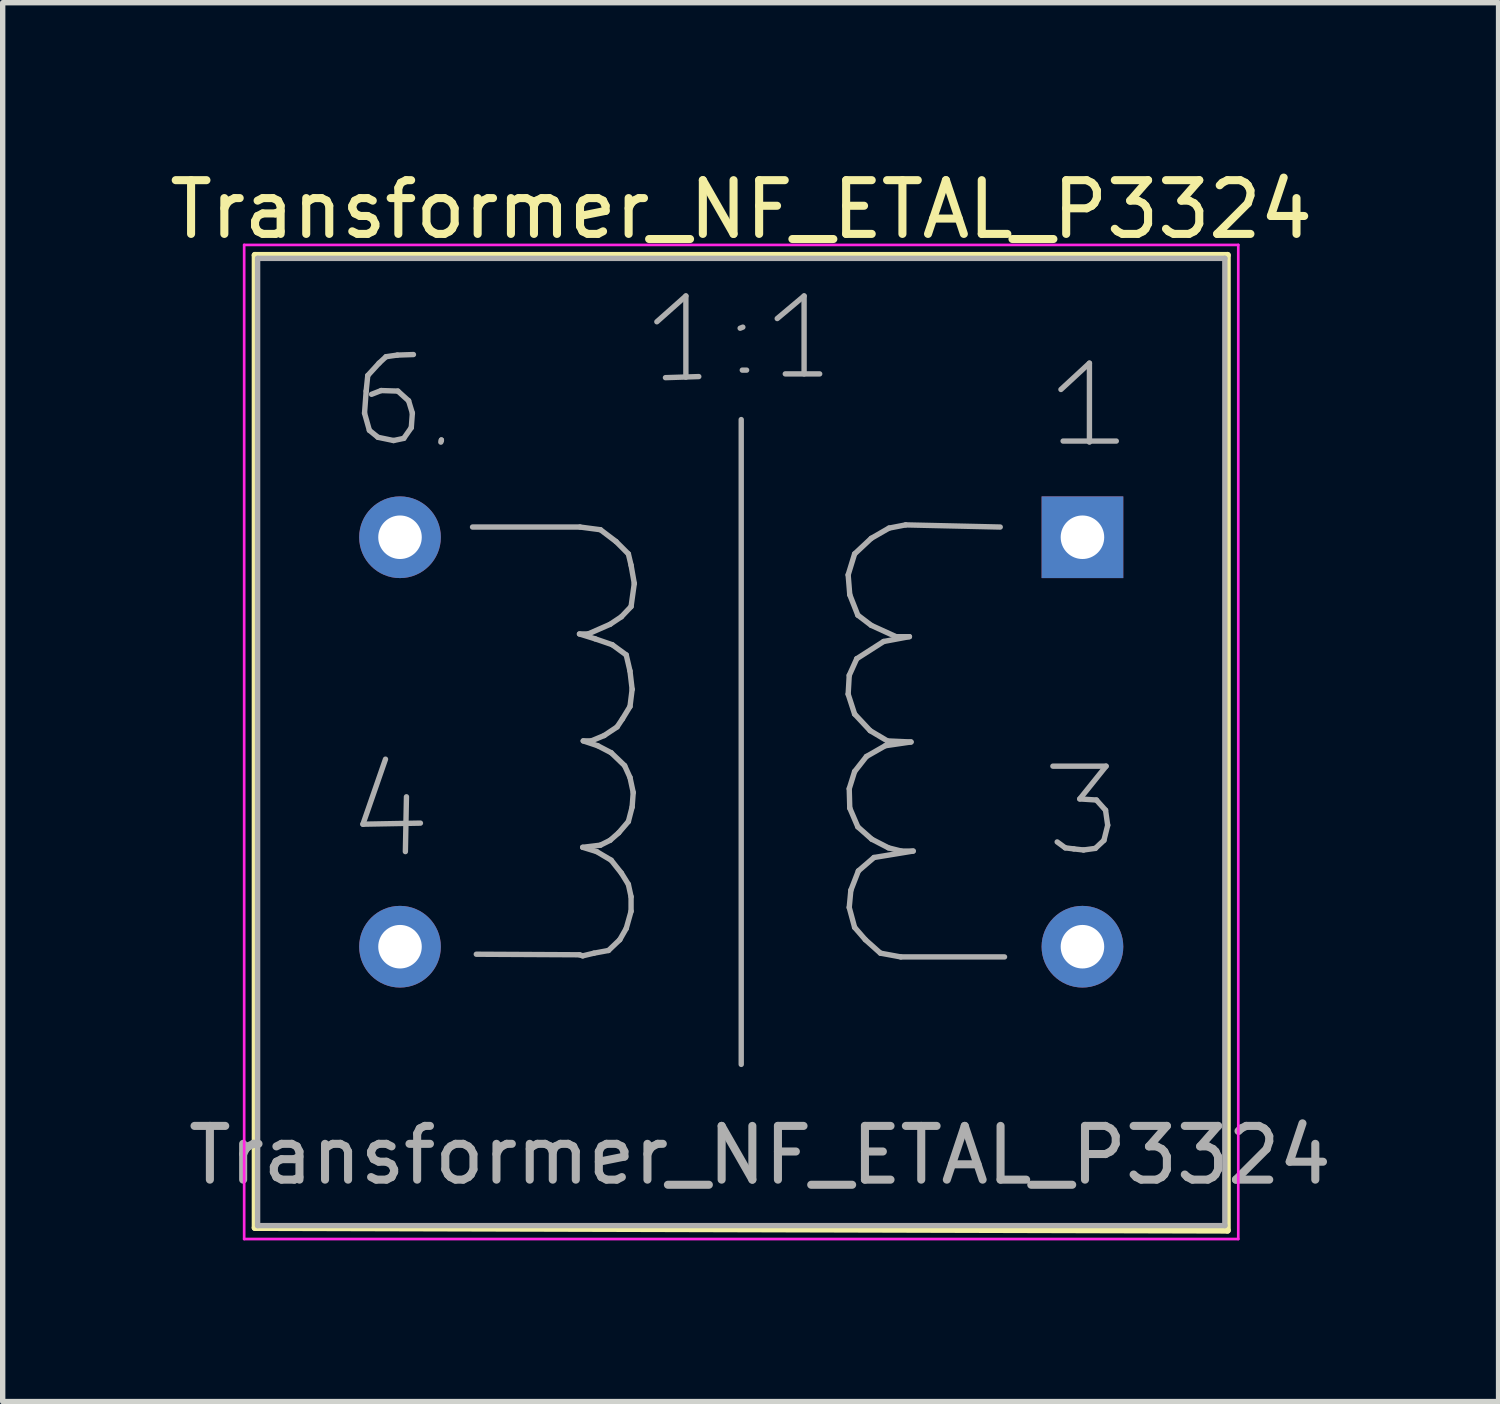
<source format=kicad_pcb>
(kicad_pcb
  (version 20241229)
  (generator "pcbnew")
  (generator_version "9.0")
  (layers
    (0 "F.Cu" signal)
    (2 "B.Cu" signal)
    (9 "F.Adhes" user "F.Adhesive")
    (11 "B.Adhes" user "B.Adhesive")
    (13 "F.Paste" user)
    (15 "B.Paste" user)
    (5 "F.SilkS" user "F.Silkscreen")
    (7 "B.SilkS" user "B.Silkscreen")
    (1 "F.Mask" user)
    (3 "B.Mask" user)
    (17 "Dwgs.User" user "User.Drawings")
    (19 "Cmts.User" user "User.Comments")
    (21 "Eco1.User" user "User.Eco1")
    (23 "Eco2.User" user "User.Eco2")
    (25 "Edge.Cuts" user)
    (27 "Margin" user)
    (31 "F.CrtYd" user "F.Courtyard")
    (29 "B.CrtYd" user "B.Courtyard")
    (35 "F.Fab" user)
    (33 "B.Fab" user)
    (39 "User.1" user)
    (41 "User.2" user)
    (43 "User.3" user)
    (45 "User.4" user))
  (footprint "Transformer_NF_ETAL_P3324"
    (layer "F.Cu")
    (at 17.094 6.948)
    (property "Reference" "Transformer_NF_ETAL_P3324" (at -6.35 -6.1 0) (layer "F.SilkS") (effects (font (size 1 1) (thickness 0.15))))
    (attr through_hole)
    (fp_line (start -15.4 -5.25) (end 2.7 -5.25) (stroke (width 0.12) (type solid)) (layer "F.SilkS"))
    (fp_line (start -15.4 12.85) (end -15.4 -5.25) (stroke (width 0.12) (type solid)) (layer "F.SilkS"))
    (fp_line (start 2.7 -5.25) (end 2.7 12.9) (stroke (width 0.12) (type solid)) (layer "F.SilkS"))
    (fp_line (start 2.7 12.9) (end -15.4 12.85) (stroke (width 0.12) (type solid)) (layer "F.SilkS"))
    (fp_line (start -15.6 -5.44) (end -15.6 13.06) (stroke (width 0.05) (type solid)) (layer "F.CrtYd"))
    (fp_line (start -15.6 -5.44) (end 2.9 -5.44) (stroke (width 0.05) (type solid)) (layer "F.CrtYd"))
    (fp_line (start 2.9 13.06) (end -15.6 13.06) (stroke (width 0.05) (type solid)) (layer "F.CrtYd"))
    (fp_line (start 2.9 13.06) (end 2.9 -5.44) (stroke (width 0.05) (type solid)) (layer "F.CrtYd"))
    (fp_line (start -15.35 -5.19) (end -15.35 12.81) (stroke (width 0.1) (type solid)) (layer "F.Fab"))
    (fp_line (start -15.35 12.81) (end 2.65 12.81) (stroke (width 0.1) (type solid)) (layer "F.Fab"))
    (fp_line (start -13.39 5.34) (end -12.32 5.32) (stroke (width 0.1) (type solid)) (layer "F.Fab"))
    (fp_line (start -13.36 -2.31) (end -13.27 -1.99) (stroke (width 0.1) (type solid)) (layer "F.Fab"))
    (fp_line (start -13.33 -2.72) (end -13.36 -2.31) (stroke (width 0.1) (type solid)) (layer "F.Fab"))
    (fp_line (start -13.3 -3.01) (end -13.33 -2.72) (stroke (width 0.1) (type solid)) (layer "F.Fab"))
    (fp_line (start -13.27 -1.99) (end -13.11 -1.86) (stroke (width 0.1) (type solid)) (layer "F.Fab"))
    (fp_line (start -13.11 -1.86) (end -12.82 -1.8) (stroke (width 0.1) (type solid)) (layer "F.Fab"))
    (fp_line (start -13.09 -3.24) (end -13.3 -3.01) (stroke (width 0.1) (type solid)) (layer "F.Fab"))
    (fp_line (start -13.05 -2.73) (end -13.23 -2.66) (stroke (width 0.1) (type solid)) (layer "F.Fab"))
    (fp_line (start -12.97 4.13) (end -13.39 5.34) (stroke (width 0.1) (type solid)) (layer "F.Fab"))
    (fp_line (start -12.96 -3.36) (end -13.09 -3.24) (stroke (width 0.1) (type solid)) (layer "F.Fab"))
    (fp_line (start -12.82 -1.8) (end -12.63 -1.84) (stroke (width 0.1) (type solid)) (layer "F.Fab"))
    (fp_line (start -12.75 -3.39) (end -12.96 -3.36) (stroke (width 0.1) (type solid)) (layer "F.Fab"))
    (fp_line (start -12.74 -2.72) (end -13.05 -2.73) (stroke (width 0.1) (type solid)) (layer "F.Fab"))
    (fp_line (start -12.63 -1.84) (end -12.49 -2.04) (stroke (width 0.1) (type solid)) (layer "F.Fab"))
    (fp_line (start -12.58 4.83) (end -12.6 5.85) (stroke (width 0.1) (type solid)) (layer "F.Fab"))
    (fp_line (start -12.54 -2.54) (end -12.74 -2.72) (stroke (width 0.1) (type solid)) (layer "F.Fab"))
    (fp_line (start -12.49 -2.04) (end -12.47 -2.31) (stroke (width 0.1) (type solid)) (layer "F.Fab"))
    (fp_line (start -12.47 -2.31) (end -12.54 -2.54) (stroke (width 0.1) (type solid)) (layer "F.Fab"))
    (fp_line (start -12.45 -3.4) (end -12.75 -3.39) (stroke (width 0.1) (type solid)) (layer "F.Fab"))
    (fp_line (start -11.94 -1.77) (end -11.93 -1.81) (stroke (width 0.1) (type solid)) (layer "F.Fab"))
    (fp_line (start -11.93 -1.81) (end -11.93 -1.8) (stroke (width 0.1) (type solid)) (layer "F.Fab"))
    (fp_line (start -11.35 -0.19) (end -9.35 -0.19) (stroke (width 0.1) (type solid)) (layer "F.Fab"))
    (fp_line (start -9.36 1.8) (end -9.07 1.89) (stroke (width 0.1) (type solid)) (layer "F.Fab"))
    (fp_line (start -9.36 7.77) (end -11.28 7.76) (stroke (width 0.1) (type solid)) (layer "F.Fab"))
    (fp_line (start -9.35 -0.19) (end -8.97 -0.14) (stroke (width 0.1) (type solid)) (layer "F.Fab"))
    (fp_line (start -9.3 5.77) (end -9.04 5.85) (stroke (width 0.1) (type solid)) (layer "F.Fab"))
    (fp_line (start -9.3 7.79) (end -9.36 7.77) (stroke (width 0.1) (type solid)) (layer "F.Fab"))
    (fp_line (start -9.29 3.79) (end -9.02 3.88) (stroke (width 0.1) (type solid)) (layer "F.Fab"))
    (fp_line (start -9.2 1.8) (end -9.36 1.8) (stroke (width 0.1) (type solid)) (layer "F.Fab"))
    (fp_line (start -9.14 3.79) (end -9.29 3.79) (stroke (width 0.1) (type solid)) (layer "F.Fab"))
    (fp_line (start -9.09 7.74) (end -9.3 7.79) (stroke (width 0.1) (type solid)) (layer "F.Fab"))
    (fp_line (start -9.07 1.89) (end -8.75 2) (stroke (width 0.1) (type solid)) (layer "F.Fab"))
    (fp_line (start -9.04 5.85) (end -8.77 6.01) (stroke (width 0.1) (type solid)) (layer "F.Fab"))
    (fp_line (start -9.02 3.88) (end -8.77 4.01) (stroke (width 0.1) (type solid)) (layer "F.Fab"))
    (fp_line (start -8.97 -0.14) (end -8.68 0.08) (stroke (width 0.1) (type solid)) (layer "F.Fab"))
    (fp_line (start -8.97 5.73) (end -9.3 5.77) (stroke (width 0.1) (type solid)) (layer "F.Fab"))
    (fp_line (start -8.9 3.69) (end -9.14 3.79) (stroke (width 0.1) (type solid)) (layer "F.Fab"))
    (fp_line (start -8.82 7.69) (end -9.09 7.74) (stroke (width 0.1) (type solid)) (layer "F.Fab"))
    (fp_line (start -8.79 1.62) (end -9.2 1.8) (stroke (width 0.1) (type solid)) (layer "F.Fab"))
    (fp_line (start -8.79 5.64) (end -8.97 5.73) (stroke (width 0.1) (type solid)) (layer "F.Fab"))
    (fp_line (start -8.77 4.01) (end -8.52 4.25) (stroke (width 0.1) (type solid)) (layer "F.Fab"))
    (fp_line (start -8.77 6.01) (end -8.58 6.25) (stroke (width 0.1) (type solid)) (layer "F.Fab"))
    (fp_line (start -8.75 2) (end -8.49 2.19) (stroke (width 0.1) (type solid)) (layer "F.Fab"))
    (fp_line (start -8.68 0.08) (end -8.45 0.31) (stroke (width 0.1) (type solid)) (layer "F.Fab"))
    (fp_line (start -8.66 3.53) (end -8.9 3.69) (stroke (width 0.1) (type solid)) (layer "F.Fab"))
    (fp_line (start -8.63 5.5) (end -8.79 5.64) (stroke (width 0.1) (type solid)) (layer "F.Fab"))
    (fp_line (start -8.61 7.49) (end -8.82 7.69) (stroke (width 0.1) (type solid)) (layer "F.Fab"))
    (fp_line (start -8.58 1.48) (end -8.79 1.62) (stroke (width 0.1) (type solid)) (layer "F.Fab"))
    (fp_line (start -8.58 6.25) (end -8.45 6.46) (stroke (width 0.1) (type solid)) (layer "F.Fab"))
    (fp_line (start -8.56 3.38) (end -8.66 3.53) (stroke (width 0.1) (type solid)) (layer "F.Fab"))
    (fp_line (start -8.52 4.25) (end -8.42 4.47) (stroke (width 0.1) (type solid)) (layer "F.Fab"))
    (fp_line (start -8.49 2.19) (end -8.42 2.49) (stroke (width 0.1) (type solid)) (layer "F.Fab"))
    (fp_line (start -8.49 7.28) (end -8.61 7.49) (stroke (width 0.1) (type solid)) (layer "F.Fab"))
    (fp_line (start -8.45 0.31) (end -8.4 0.52) (stroke (width 0.1) (type solid)) (layer "F.Fab"))
    (fp_line (start -8.45 5.29) (end -8.63 5.5) (stroke (width 0.1) (type solid)) (layer "F.Fab"))
    (fp_line (start -8.45 6.46) (end -8.4 6.69) (stroke (width 0.1) (type solid)) (layer "F.Fab"))
    (fp_line (start -8.42 2.49) (end -8.38 2.83) (stroke (width 0.1) (type solid)) (layer "F.Fab"))
    (fp_line (start -8.42 3.15) (end -8.56 3.38) (stroke (width 0.1) (type solid)) (layer "F.Fab"))
    (fp_line (start -8.42 4.47) (end -8.36 4.75) (stroke (width 0.1) (type solid)) (layer "F.Fab"))
    (fp_line (start -8.4 0.52) (end -8.34 0.86) (stroke (width 0.1) (type solid)) (layer "F.Fab"))
    (fp_line (start -8.4 1.29) (end -8.58 1.48) (stroke (width 0.1) (type solid)) (layer "F.Fab"))
    (fp_line (start -8.4 6.69) (end -8.4 6.96) (stroke (width 0.1) (type solid)) (layer "F.Fab"))
    (fp_line (start -8.4 6.96) (end -8.49 7.28) (stroke (width 0.1) (type solid)) (layer "F.Fab"))
    (fp_line (start -8.38 2.83) (end -8.42 3.15) (stroke (width 0.1) (type solid)) (layer "F.Fab"))
    (fp_line (start -8.38 5.02) (end -8.45 5.29) (stroke (width 0.1) (type solid)) (layer "F.Fab"))
    (fp_line (start -8.36 4.75) (end -8.38 5.02) (stroke (width 0.1) (type solid)) (layer "F.Fab"))
    (fp_line (start -8.34 0.86) (end -8.4 1.29) (stroke (width 0.1) (type solid)) (layer "F.Fab"))
    (fp_line (start -7.92 -4.01) (end -7.38 -4.49) (stroke (width 0.1) (type solid)) (layer "F.Fab"))
    (fp_line (start -7.76 -2.97) (end -7.14 -2.99) (stroke (width 0.1) (type solid)) (layer "F.Fab"))
    (fp_line (start -7.38 -4.49) (end -7.38 -2.98) (stroke (width 0.1) (type solid)) (layer "F.Fab"))
    (fp_line (start -6.35 -2.19) (end -6.35 9.81) (stroke (width 0.1) (type solid)) (layer "F.Fab"))
    (fp_line (start -6.32 -3.91) (end -6.37 -3.89) (stroke (width 0.1) (type solid)) (layer "F.Fab"))
    (fp_line (start -6.25 -3.11) (end -6.33 -3.11) (stroke (width 0.1) (type solid)) (layer "F.Fab"))
    (fp_line (start -5.68 -4.07) (end -5.18 -4.49) (stroke (width 0.1) (type solid)) (layer "F.Fab"))
    (fp_line (start -5.53 -3.04) (end -4.89 -3.04) (stroke (width 0.1) (type solid)) (layer "F.Fab"))
    (fp_line (start -5.18 -4.49) (end -5.18 -3.04) (stroke (width 0.1) (type solid)) (layer "F.Fab"))
    (fp_line (start -4.36 0.7) (end -4.33 1.07) (stroke (width 0.1) (type solid)) (layer "F.Fab"))
    (fp_line (start -4.36 2.92) (end -4.24 3.29) (stroke (width 0.1) (type solid)) (layer "F.Fab"))
    (fp_line (start -4.34 2.57) (end -4.36 2.92) (stroke (width 0.1) (type solid)) (layer "F.Fab"))
    (fp_line (start -4.34 4.68) (end -4.33 5.04) (stroke (width 0.1) (type solid)) (layer "F.Fab"))
    (fp_line (start -4.34 6.89) (end -4.24 7.26) (stroke (width 0.1) (type solid)) (layer "F.Fab"))
    (fp_line (start -4.33 1.07) (end -4.18 1.45) (stroke (width 0.1) (type solid)) (layer "F.Fab"))
    (fp_line (start -4.33 5.04) (end -4.18 5.39) (stroke (width 0.1) (type solid)) (layer "F.Fab"))
    (fp_line (start -4.31 6.57) (end -4.34 6.89) (stroke (width 0.1) (type solid)) (layer "F.Fab"))
    (fp_line (start -4.24 0.31) (end -4.36 0.7) (stroke (width 0.1) (type solid)) (layer "F.Fab"))
    (fp_line (start -4.24 3.29) (end -3.95 3.6) (stroke (width 0.1) (type solid)) (layer "F.Fab"))
    (fp_line (start -4.24 4.36) (end -4.34 4.68) (stroke (width 0.1) (type solid)) (layer "F.Fab"))
    (fp_line (start -4.24 7.26) (end -4.04 7.49) (stroke (width 0.1) (type solid)) (layer "F.Fab"))
    (fp_line (start -4.2 2.26) (end -4.34 2.57) (stroke (width 0.1) (type solid)) (layer "F.Fab"))
    (fp_line (start -4.18 1.45) (end -3.93 1.64) (stroke (width 0.1) (type solid)) (layer "F.Fab"))
    (fp_line (start -4.18 5.39) (end -3.92 5.62) (stroke (width 0.1) (type solid)) (layer "F.Fab"))
    (fp_line (start -4.17 6.21) (end -4.31 6.57) (stroke (width 0.1) (type solid)) (layer "F.Fab"))
    (fp_line (start -4.04 7.49) (end -3.76 7.74) (stroke (width 0.1) (type solid)) (layer "F.Fab"))
    (fp_line (start -4.02 4.08) (end -4.24 4.36) (stroke (width 0.1) (type solid)) (layer "F.Fab"))
    (fp_line (start -3.95 3.6) (end -3.63 3.79) (stroke (width 0.1) (type solid)) (layer "F.Fab"))
    (fp_line (start -3.93 0.02) (end -4.24 0.31) (stroke (width 0.1) (type solid)) (layer "F.Fab"))
    (fp_line (start -3.93 1.64) (end -3.47 1.85) (stroke (width 0.1) (type solid)) (layer "F.Fab"))
    (fp_line (start -3.92 5.62) (end -3.61 5.78) (stroke (width 0.1) (type solid)) (layer "F.Fab"))
    (fp_line (start -3.88 5.96) (end -4.17 6.21) (stroke (width 0.1) (type solid)) (layer "F.Fab"))
    (fp_line (start -3.76 7.74) (end -3.38 7.81) (stroke (width 0.1) (type solid)) (layer "F.Fab"))
    (fp_line (start -3.7 1.94) (end -4.2 2.26) (stroke (width 0.1) (type solid)) (layer "F.Fab"))
    (fp_line (start -3.67 3.88) (end -4.02 4.08) (stroke (width 0.1) (type solid)) (layer "F.Fab"))
    (fp_line (start -3.63 3.79) (end -3.19 3.81) (stroke (width 0.1) (type solid)) (layer "F.Fab"))
    (fp_line (start -3.61 5.78) (end -3.37 5.84) (stroke (width 0.1) (type solid)) (layer "F.Fab"))
    (fp_line (start -3.6 -0.17) (end -3.93 0.02) (stroke (width 0.1) (type solid)) (layer "F.Fab"))
    (fp_line (start -3.47 1.85) (end -3.22 1.85) (stroke (width 0.1) (type solid)) (layer "F.Fab"))
    (fp_line (start -3.38 7.81) (end -1.45 7.81) (stroke (width 0.1) (type solid)) (layer "F.Fab"))
    (fp_line (start -3.37 5.84) (end -3.15 5.84) (stroke (width 0.1) (type solid)) (layer "F.Fab"))
    (fp_line (start -3.29 -0.23) (end -3.6 -0.17) (stroke (width 0.1) (type solid)) (layer "F.Fab"))
    (fp_line (start -3.22 1.85) (end -3.7 1.94) (stroke (width 0.1) (type solid)) (layer "F.Fab"))
    (fp_line (start -3.19 3.81) (end -3.67 3.88) (stroke (width 0.1) (type solid)) (layer "F.Fab"))
    (fp_line (start -3.15 5.84) (end -3.88 5.96) (stroke (width 0.1) (type solid)) (layer "F.Fab"))
    (fp_line (start -1.53 -0.19) (end -3.29 -0.23) (stroke (width 0.1) (type solid)) (layer "F.Fab"))
    (fp_line (start -0.55 4.26) (end 0.44 4.26) (stroke (width 0.1) (type solid)) (layer "F.Fab"))
    (fp_line (start -0.4 -2.75) (end 0.13 -3.24) (stroke (width 0.1) (type solid)) (layer "F.Fab"))
    (fp_line (start -0.36 -1.79) (end 0.63 -1.79) (stroke (width 0.1) (type solid)) (layer "F.Fab"))
    (fp_line (start -0.32 5.78) (end -0.47 5.67) (stroke (width 0.1) (type solid)) (layer "F.Fab"))
    (fp_line (start -0.16 5.8) (end -0.32 5.78) (stroke (width 0.1) (type solid)) (layer "F.Fab"))
    (fp_line (start -0.05 4.87) (end 0.26 4.89) (stroke (width 0.1) (type solid)) (layer "F.Fab"))
    (fp_line (start 0.02 5.82) (end -0.16 5.8) (stroke (width 0.1) (type solid)) (layer "F.Fab"))
    (fp_line (start 0.13 -3.24) (end 0.13 -1.77) (stroke (width 0.1) (type solid)) (layer "F.Fab"))
    (fp_line (start 0.24 5.79) (end 0.02 5.82) (stroke (width 0.1) (type solid)) (layer "F.Fab"))
    (fp_line (start 0.26 4.89) (end 0.43 5.08) (stroke (width 0.1) (type solid)) (layer "F.Fab"))
    (fp_line (start 0.4 5.64) (end 0.24 5.79) (stroke (width 0.1) (type solid)) (layer "F.Fab"))
    (fp_line (start 0.43 5.08) (end 0.47 5.36) (stroke (width 0.1) (type solid)) (layer "F.Fab"))
    (fp_line (start 0.44 4.26) (end -0.05 4.87) (stroke (width 0.1) (type solid)) (layer "F.Fab"))
    (fp_line (start 0.47 5.36) (end 0.4 5.64) (stroke (width 0.1) (type solid)) (layer "F.Fab"))
    (fp_line (start 2.65 -5.19) (end -15.35 -5.19) (stroke (width 0.1) (type solid)) (layer "F.Fab"))
    (fp_line (start 2.65 12.81) (end 2.65 -5.19) (stroke (width 0.1) (type solid)) (layer "F.Fab"))
    (fp_text user "${REFERENCE}" (at -6 11.5 0) (layer "F.Fab") (effects (font (size 1 1) (thickness 0.15))))
    (pad "1" thru_hole rect (at 0 0) (size 1.52 1.52) (drill 0.81) (layers "*.Cu" "*.Mask"))
    (pad "3" thru_hole circle (at 0 7.62) (size 1.52 1.52) (drill 0.81) (layers "*.Cu" "*.Mask"))
    (pad "4" thru_hole circle (at -12.7 7.62) (size 1.52 1.52) (drill 0.81) (layers "*.Cu" "*.Mask"))
    (pad "6" thru_hole circle (at -12.7 0) (size 1.52 1.52) (drill 0.81) (layers "*.Cu" "*.Mask")))
  (gr_rect
    (start -3 -3)
    (end 24.838 23.033)
    (stroke (width 0.1) (type default))
    (fill no)
    (layer "Edge.Cuts")))
</source>
